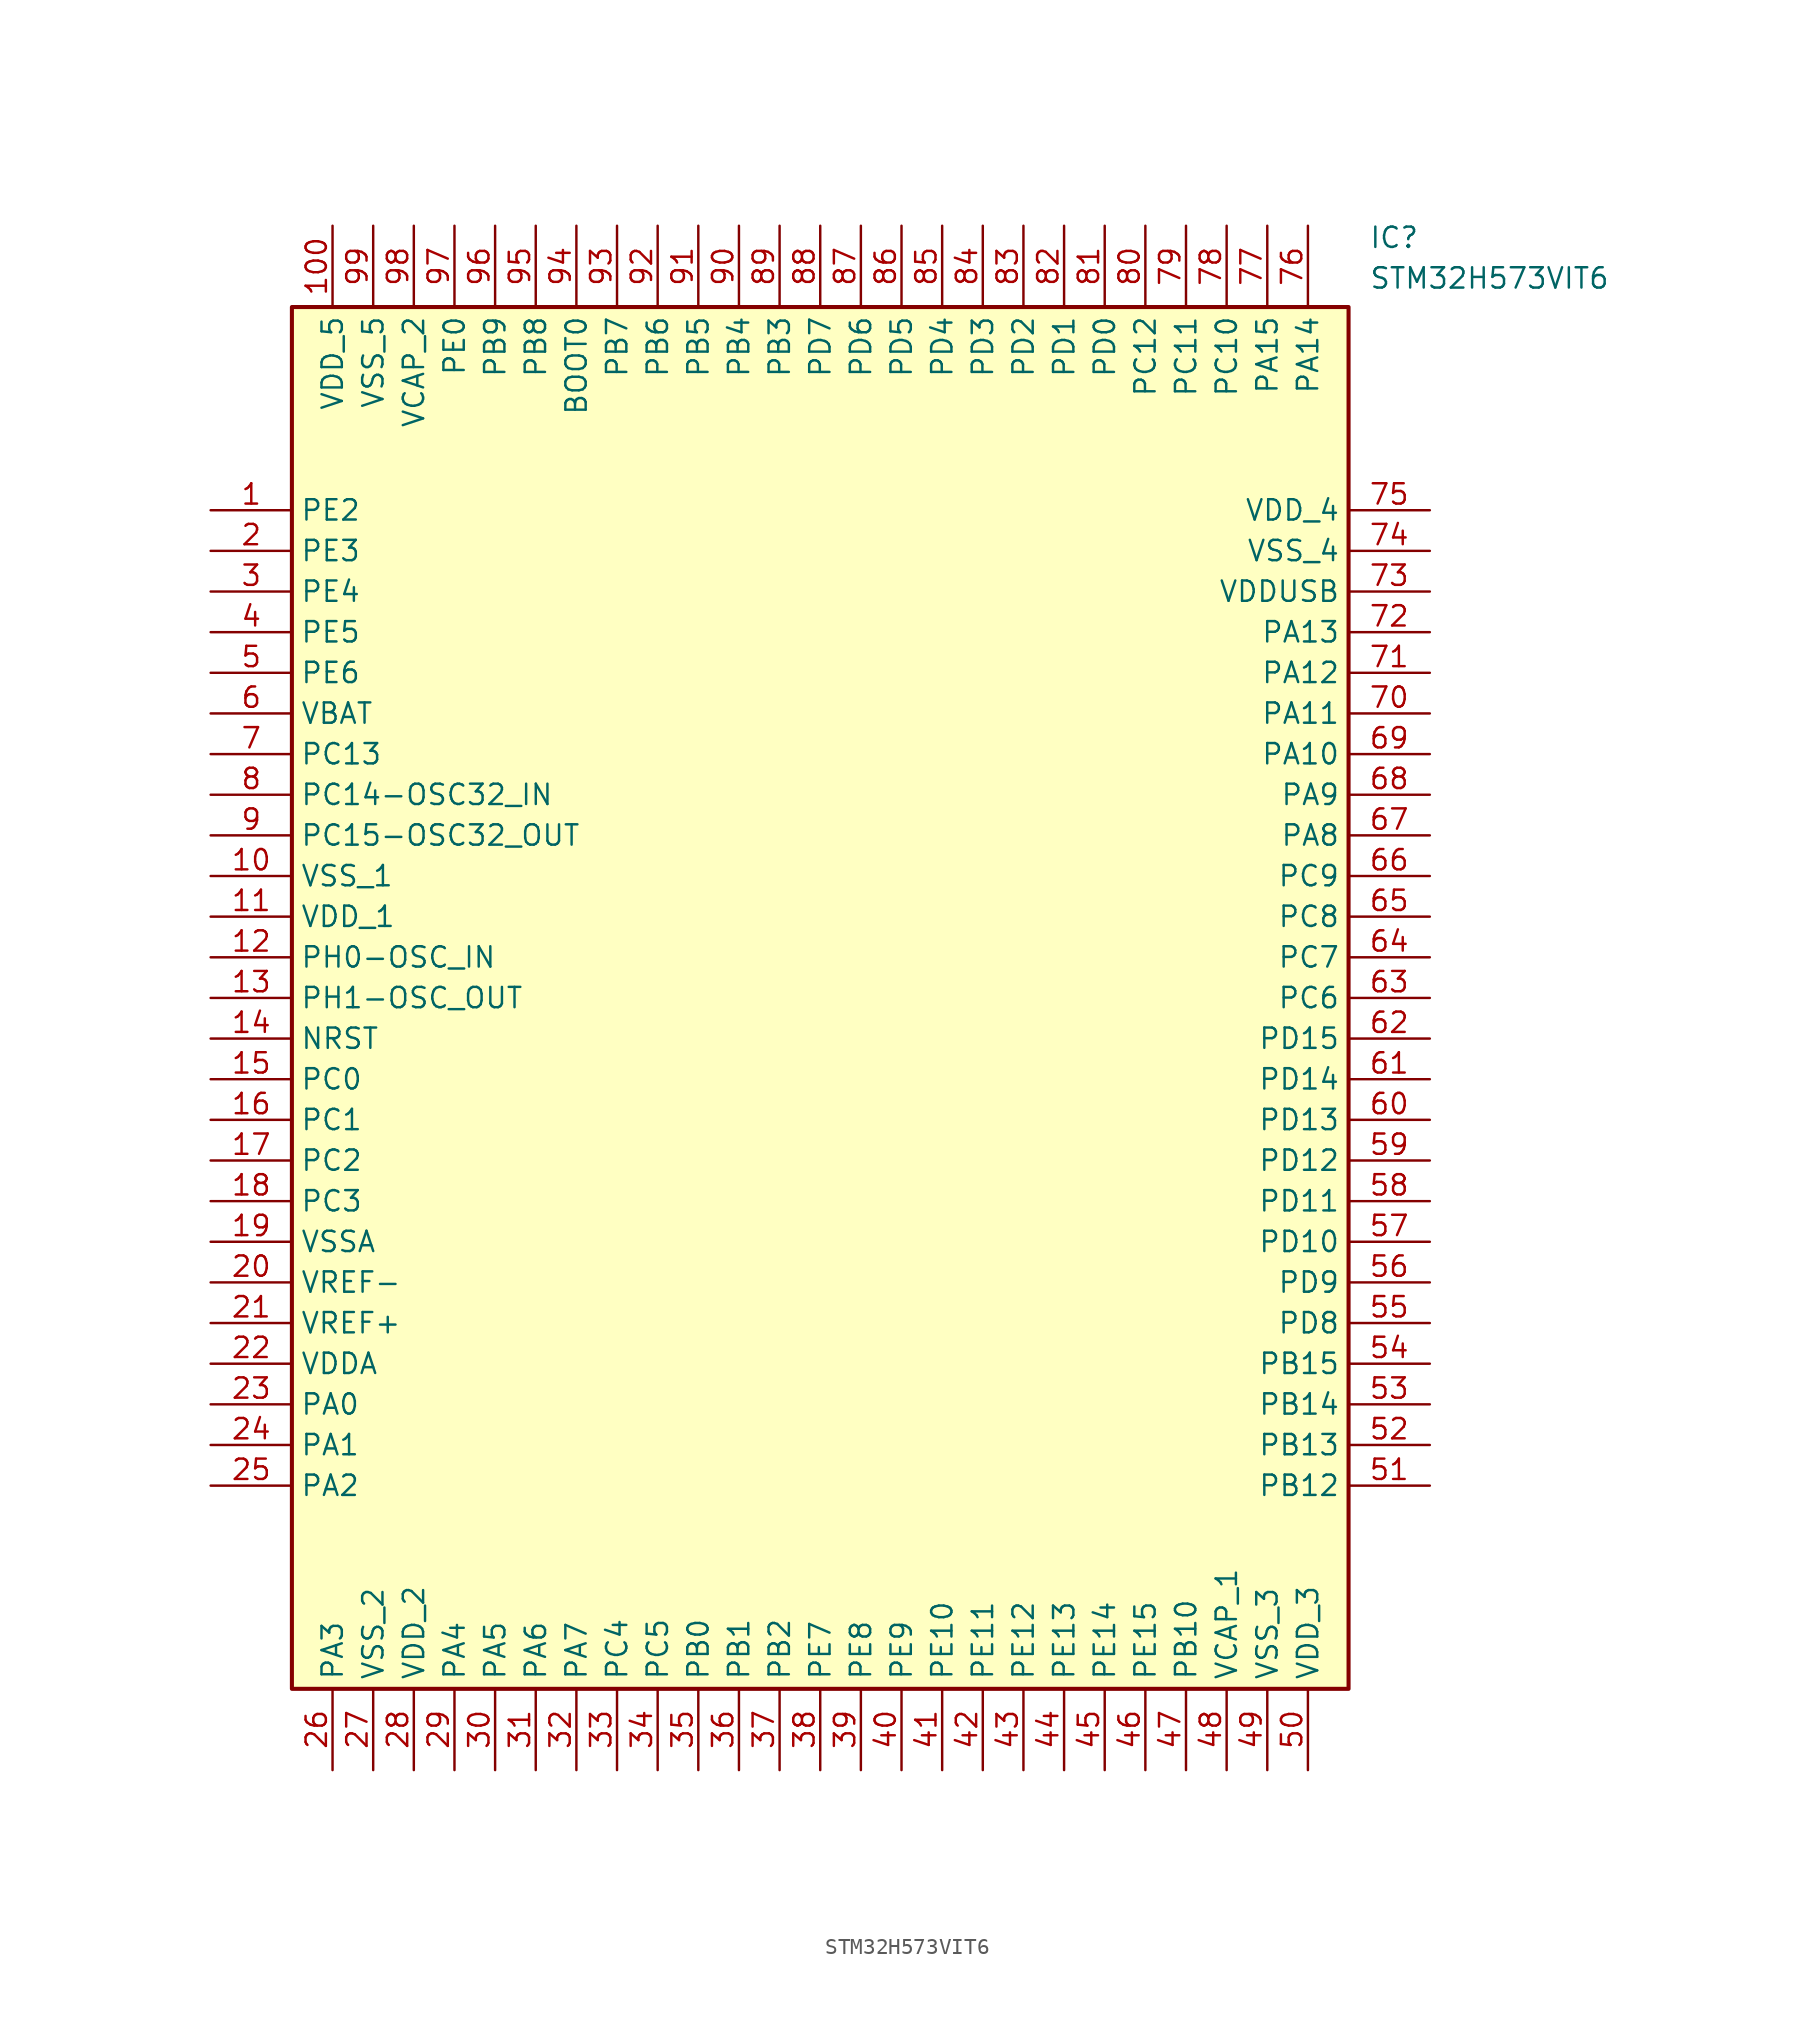
<source format=kicad_sym>
(kicad_symbol_lib
  (version 20211014)
  (generator SamacSys_ECAD_Model)
  (symbol "STM32H573VIT6"
    (property "Reference" "IC"
      (at 72.39 17.78 0)
      (effects (font (size 1.27 1.27)) (justify left top)))
    (property "Value" "STM32H573VIT6"
      (at 72.39 15.24 0)
      (effects (font (size 1.27 1.27)) (justify left top)))
    (rectangle
      (start 5.08 12.7)
      (end 71.12 -73.66)
      (stroke (width 0.254) (type default))
      (fill (type background)))
    (pin passive line
      (at 0 0 0)
      (length 5.08)
      (name "PE2" (effects (font (size 1.27 1.27))))
      (number "1" (effects (font (size 1.27 1.27)))))
    (pin passive line
      (at 0 -2.54 0)
      (length 5.08)
      (name "PE3" (effects (font (size 1.27 1.27))))
      (number "2" (effects (font (size 1.27 1.27)))))
    (pin passive line
      (at 0 -5.08 0)
      (length 5.08)
      (name "PE4" (effects (font (size 1.27 1.27))))
      (number "3" (effects (font (size 1.27 1.27)))))
    (pin passive line
      (at 0 -7.62 0)
      (length 5.08)
      (name "PE5" (effects (font (size 1.27 1.27))))
      (number "4" (effects (font (size 1.27 1.27)))))
    (pin passive line
      (at 0 -10.16 0)
      (length 5.08)
      (name "PE6" (effects (font (size 1.27 1.27))))
      (number "5" (effects (font (size 1.27 1.27)))))
    (pin passive line
      (at 0 -12.7 0)
      (length 5.08)
      (name "VBAT" (effects (font (size 1.27 1.27))))
      (number "6" (effects (font (size 1.27 1.27)))))
    (pin passive line
      (at 0 -15.24 0)
      (length 5.08)
      (name "PC13" (effects (font (size 1.27 1.27))))
      (number "7" (effects (font (size 1.27 1.27)))))
    (pin passive line
      (at 0 -17.78 0)
      (length 5.08)
      (name "PC14-OSC32_IN" (effects (font (size 1.27 1.27))))
      (number "8" (effects (font (size 1.27 1.27)))))
    (pin passive line
      (at 0 -20.32 0)
      (length 5.08)
      (name "PC15-OSC32_OUT" (effects (font (size 1.27 1.27))))
      (number "9" (effects (font (size 1.27 1.27)))))
    (pin passive line
      (at 0 -22.86 0)
      (length 5.08)
      (name "VSS_1" (effects (font (size 1.27 1.27))))
      (number "10" (effects (font (size 1.27 1.27)))))
    (pin passive line
      (at 0 -25.4 0)
      (length 5.08)
      (name "VDD_1" (effects (font (size 1.27 1.27))))
      (number "11" (effects (font (size 1.27 1.27)))))
    (pin passive line
      (at 0 -27.94 0)
      (length 5.08)
      (name "PH0-OSC_IN" (effects (font (size 1.27 1.27))))
      (number "12" (effects (font (size 1.27 1.27)))))
    (pin passive line
      (at 0 -30.48 0)
      (length 5.08)
      (name "PH1-OSC_OUT" (effects (font (size 1.27 1.27))))
      (number "13" (effects (font (size 1.27 1.27)))))
    (pin passive line
      (at 0 -33.02 0)
      (length 5.08)
      (name "NRST" (effects (font (size 1.27 1.27))))
      (number "14" (effects (font (size 1.27 1.27)))))
    (pin passive line
      (at 0 -35.56 0)
      (length 5.08)
      (name "PC0" (effects (font (size 1.27 1.27))))
      (number "15" (effects (font (size 1.27 1.27)))))
    (pin passive line
      (at 0 -38.1 0)
      (length 5.08)
      (name "PC1" (effects (font (size 1.27 1.27))))
      (number "16" (effects (font (size 1.27 1.27)))))
    (pin passive line
      (at 0 -40.64 0)
      (length 5.08)
      (name "PC2" (effects (font (size 1.27 1.27))))
      (number "17" (effects (font (size 1.27 1.27)))))
    (pin passive line
      (at 0 -43.18 0)
      (length 5.08)
      (name "PC3" (effects (font (size 1.27 1.27))))
      (number "18" (effects (font (size 1.27 1.27)))))
    (pin passive line
      (at 0 -45.72 0)
      (length 5.08)
      (name "VSSA" (effects (font (size 1.27 1.27))))
      (number "19" (effects (font (size 1.27 1.27)))))
    (pin passive line
      (at 0 -48.26 0)
      (length 5.08)
      (name "VREF-" (effects (font (size 1.27 1.27))))
      (number "20" (effects (font (size 1.27 1.27)))))
    (pin passive line
      (at 0 -50.8 0)
      (length 5.08)
      (name "VREF+" (effects (font (size 1.27 1.27))))
      (number "21" (effects (font (size 1.27 1.27)))))
    (pin passive line
      (at 0 -53.34 0)
      (length 5.08)
      (name "VDDA" (effects (font (size 1.27 1.27))))
      (number "22" (effects (font (size 1.27 1.27)))))
    (pin passive line
      (at 0 -55.88 0)
      (length 5.08)
      (name "PA0" (effects (font (size 1.27 1.27))))
      (number "23" (effects (font (size 1.27 1.27)))))
    (pin passive line
      (at 0 -58.42 0)
      (length 5.08)
      (name "PA1" (effects (font (size 1.27 1.27))))
      (number "24" (effects (font (size 1.27 1.27)))))
    (pin passive line
      (at 0 -60.96 0)
      (length 5.08)
      (name "PA2" (effects (font (size 1.27 1.27))))
      (number "25" (effects (font (size 1.27 1.27)))))
    (pin passive line
      (at 7.62 -78.74 90)
      (length 5.08)
      (name "PA3" (effects (font (size 1.27 1.27))))
      (number "26" (effects (font (size 1.27 1.27)))))
    (pin passive line
      (at 10.16 -78.74 90)
      (length 5.08)
      (name "VSS_2" (effects (font (size 1.27 1.27))))
      (number "27" (effects (font (size 1.27 1.27)))))
    (pin passive line
      (at 12.7 -78.74 90)
      (length 5.08)
      (name "VDD_2" (effects (font (size 1.27 1.27))))
      (number "28" (effects (font (size 1.27 1.27)))))
    (pin passive line
      (at 15.24 -78.74 90)
      (length 5.08)
      (name "PA4" (effects (font (size 1.27 1.27))))
      (number "29" (effects (font (size 1.27 1.27)))))
    (pin passive line
      (at 17.78 -78.74 90)
      (length 5.08)
      (name "PA5" (effects (font (size 1.27 1.27))))
      (number "30" (effects (font (size 1.27 1.27)))))
    (pin passive line
      (at 20.32 -78.74 90)
      (length 5.08)
      (name "PA6" (effects (font (size 1.27 1.27))))
      (number "31" (effects (font (size 1.27 1.27)))))
    (pin passive line
      (at 22.86 -78.74 90)
      (length 5.08)
      (name "PA7" (effects (font (size 1.27 1.27))))
      (number "32" (effects (font (size 1.27 1.27)))))
    (pin passive line
      (at 25.4 -78.74 90)
      (length 5.08)
      (name "PC4" (effects (font (size 1.27 1.27))))
      (number "33" (effects (font (size 1.27 1.27)))))
    (pin passive line
      (at 27.94 -78.74 90)
      (length 5.08)
      (name "PC5" (effects (font (size 1.27 1.27))))
      (number "34" (effects (font (size 1.27 1.27)))))
    (pin passive line
      (at 30.48 -78.74 90)
      (length 5.08)
      (name "PB0" (effects (font (size 1.27 1.27))))
      (number "35" (effects (font (size 1.27 1.27)))))
    (pin passive line
      (at 33.02 -78.74 90)
      (length 5.08)
      (name "PB1" (effects (font (size 1.27 1.27))))
      (number "36" (effects (font (size 1.27 1.27)))))
    (pin passive line
      (at 35.56 -78.74 90)
      (length 5.08)
      (name "PB2" (effects (font (size 1.27 1.27))))
      (number "37" (effects (font (size 1.27 1.27)))))
    (pin passive line
      (at 38.1 -78.74 90)
      (length 5.08)
      (name "PE7" (effects (font (size 1.27 1.27))))
      (number "38" (effects (font (size 1.27 1.27)))))
    (pin passive line
      (at 40.64 -78.74 90)
      (length 5.08)
      (name "PE8" (effects (font (size 1.27 1.27))))
      (number "39" (effects (font (size 1.27 1.27)))))
    (pin passive line
      (at 43.18 -78.74 90)
      (length 5.08)
      (name "PE9" (effects (font (size 1.27 1.27))))
      (number "40" (effects (font (size 1.27 1.27)))))
    (pin passive line
      (at 45.72 -78.74 90)
      (length 5.08)
      (name "PE10" (effects (font (size 1.27 1.27))))
      (number "41" (effects (font (size 1.27 1.27)))))
    (pin passive line
      (at 48.26 -78.74 90)
      (length 5.08)
      (name "PE11" (effects (font (size 1.27 1.27))))
      (number "42" (effects (font (size 1.27 1.27)))))
    (pin passive line
      (at 50.8 -78.74 90)
      (length 5.08)
      (name "PE12" (effects (font (size 1.27 1.27))))
      (number "43" (effects (font (size 1.27 1.27)))))
    (pin passive line
      (at 53.34 -78.74 90)
      (length 5.08)
      (name "PE13" (effects (font (size 1.27 1.27))))
      (number "44" (effects (font (size 1.27 1.27)))))
    (pin passive line
      (at 55.88 -78.74 90)
      (length 5.08)
      (name "PE14" (effects (font (size 1.27 1.27))))
      (number "45" (effects (font (size 1.27 1.27)))))
    (pin passive line
      (at 58.42 -78.74 90)
      (length 5.08)
      (name "PE15" (effects (font (size 1.27 1.27))))
      (number "46" (effects (font (size 1.27 1.27)))))
    (pin passive line
      (at 60.96 -78.74 90)
      (length 5.08)
      (name "PB10" (effects (font (size 1.27 1.27))))
      (number "47" (effects (font (size 1.27 1.27)))))
    (pin passive line
      (at 63.5 -78.74 90)
      (length 5.08)
      (name "VCAP_1" (effects (font (size 1.27 1.27))))
      (number "48" (effects (font (size 1.27 1.27)))))
    (pin passive line
      (at 66.04 -78.74 90)
      (length 5.08)
      (name "VSS_3" (effects (font (size 1.27 1.27))))
      (number "49" (effects (font (size 1.27 1.27)))))
    (pin passive line
      (at 68.58 -78.74 90)
      (length 5.08)
      (name "VDD_3" (effects (font (size 1.27 1.27))))
      (number "50" (effects (font (size 1.27 1.27)))))
    (pin passive line
      (at 76.2 0 180)
      (length 5.08)
      (name "VDD_4" (effects (font (size 1.27 1.27))))
      (number "75" (effects (font (size 1.27 1.27)))))
    (pin passive line
      (at 76.2 -2.54 180)
      (length 5.08)
      (name "VSS_4" (effects (font (size 1.27 1.27))))
      (number "74" (effects (font (size 1.27 1.27)))))
    (pin passive line
      (at 76.2 -5.08 180)
      (length 5.08)
      (name "VDDUSB" (effects (font (size 1.27 1.27))))
      (number "73" (effects (font (size 1.27 1.27)))))
    (pin passive line
      (at 76.2 -7.62 180)
      (length 5.08)
      (name "PA13" (effects (font (size 1.27 1.27))))
      (number "72" (effects (font (size 1.27 1.27)))))
    (pin passive line
      (at 76.2 -10.16 180)
      (length 5.08)
      (name "PA12" (effects (font (size 1.27 1.27))))
      (number "71" (effects (font (size 1.27 1.27)))))
    (pin passive line
      (at 76.2 -12.7 180)
      (length 5.08)
      (name "PA11" (effects (font (size 1.27 1.27))))
      (number "70" (effects (font (size 1.27 1.27)))))
    (pin passive line
      (at 76.2 -15.24 180)
      (length 5.08)
      (name "PA10" (effects (font (size 1.27 1.27))))
      (number "69" (effects (font (size 1.27 1.27)))))
    (pin passive line
      (at 76.2 -17.78 180)
      (length 5.08)
      (name "PA9" (effects (font (size 1.27 1.27))))
      (number "68" (effects (font (size 1.27 1.27)))))
    (pin passive line
      (at 76.2 -20.32 180)
      (length 5.08)
      (name "PA8" (effects (font (size 1.27 1.27))))
      (number "67" (effects (font (size 1.27 1.27)))))
    (pin passive line
      (at 76.2 -22.86 180)
      (length 5.08)
      (name "PC9" (effects (font (size 1.27 1.27))))
      (number "66" (effects (font (size 1.27 1.27)))))
    (pin passive line
      (at 76.2 -25.4 180)
      (length 5.08)
      (name "PC8" (effects (font (size 1.27 1.27))))
      (number "65" (effects (font (size 1.27 1.27)))))
    (pin passive line
      (at 76.2 -27.94 180)
      (length 5.08)
      (name "PC7" (effects (font (size 1.27 1.27))))
      (number "64" (effects (font (size 1.27 1.27)))))
    (pin passive line
      (at 76.2 -30.48 180)
      (length 5.08)
      (name "PC6" (effects (font (size 1.27 1.27))))
      (number "63" (effects (font (size 1.27 1.27)))))
    (pin passive line
      (at 76.2 -33.02 180)
      (length 5.08)
      (name "PD15" (effects (font (size 1.27 1.27))))
      (number "62" (effects (font (size 1.27 1.27)))))
    (pin passive line
      (at 76.2 -35.56 180)
      (length 5.08)
      (name "PD14" (effects (font (size 1.27 1.27))))
      (number "61" (effects (font (size 1.27 1.27)))))
    (pin passive line
      (at 76.2 -38.1 180)
      (length 5.08)
      (name "PD13" (effects (font (size 1.27 1.27))))
      (number "60" (effects (font (size 1.27 1.27)))))
    (pin passive line
      (at 76.2 -40.64 180)
      (length 5.08)
      (name "PD12" (effects (font (size 1.27 1.27))))
      (number "59" (effects (font (size 1.27 1.27)))))
    (pin passive line
      (at 76.2 -43.18 180)
      (length 5.08)
      (name "PD11" (effects (font (size 1.27 1.27))))
      (number "58" (effects (font (size 1.27 1.27)))))
    (pin passive line
      (at 76.2 -45.72 180)
      (length 5.08)
      (name "PD10" (effects (font (size 1.27 1.27))))
      (number "57" (effects (font (size 1.27 1.27)))))
    (pin passive line
      (at 76.2 -48.26 180)
      (length 5.08)
      (name "PD9" (effects (font (size 1.27 1.27))))
      (number "56" (effects (font (size 1.27 1.27)))))
    (pin passive line
      (at 76.2 -50.8 180)
      (length 5.08)
      (name "PD8" (effects (font (size 1.27 1.27))))
      (number "55" (effects (font (size 1.27 1.27)))))
    (pin passive line
      (at 76.2 -53.34 180)
      (length 5.08)
      (name "PB15" (effects (font (size 1.27 1.27))))
      (number "54" (effects (font (size 1.27 1.27)))))
    (pin passive line
      (at 76.2 -55.88 180)
      (length 5.08)
      (name "PB14" (effects (font (size 1.27 1.27))))
      (number "53" (effects (font (size 1.27 1.27)))))
    (pin passive line
      (at 76.2 -58.42 180)
      (length 5.08)
      (name "PB13" (effects (font (size 1.27 1.27))))
      (number "52" (effects (font (size 1.27 1.27)))))
    (pin passive line
      (at 76.2 -60.96 180)
      (length 5.08)
      (name "PB12" (effects (font (size 1.27 1.27))))
      (number "51" (effects (font (size 1.27 1.27)))))
    (pin passive line
      (at 7.62 17.78 270)
      (length 5.08)
      (name "VDD_5" (effects (font (size 1.27 1.27))))
      (number "100" (effects (font (size 1.27 1.27)))))
    (pin passive line
      (at 10.16 17.78 270)
      (length 5.08)
      (name "VSS_5" (effects (font (size 1.27 1.27))))
      (number "99" (effects (font (size 1.27 1.27)))))
    (pin passive line
      (at 12.7 17.78 270)
      (length 5.08)
      (name "VCAP_2" (effects (font (size 1.27 1.27))))
      (number "98" (effects (font (size 1.27 1.27)))))
    (pin passive line
      (at 15.24 17.78 270)
      (length 5.08)
      (name "PE0" (effects (font (size 1.27 1.27))))
      (number "97" (effects (font (size 1.27 1.27)))))
    (pin passive line
      (at 17.78 17.78 270)
      (length 5.08)
      (name "PB9" (effects (font (size 1.27 1.27))))
      (number "96" (effects (font (size 1.27 1.27)))))
    (pin passive line
      (at 20.32 17.78 270)
      (length 5.08)
      (name "PB8" (effects (font (size 1.27 1.27))))
      (number "95" (effects (font (size 1.27 1.27)))))
    (pin passive line
      (at 22.86 17.78 270)
      (length 5.08)
      (name "BOOT0" (effects (font (size 1.27 1.27))))
      (number "94" (effects (font (size 1.27 1.27)))))
    (pin passive line
      (at 25.4 17.78 270)
      (length 5.08)
      (name "PB7" (effects (font (size 1.27 1.27))))
      (number "93" (effects (font (size 1.27 1.27)))))
    (pin passive line
      (at 27.94 17.78 270)
      (length 5.08)
      (name "PB6" (effects (font (size 1.27 1.27))))
      (number "92" (effects (font (size 1.27 1.27)))))
    (pin passive line
      (at 30.48 17.78 270)
      (length 5.08)
      (name "PB5" (effects (font (size 1.27 1.27))))
      (number "91" (effects (font (size 1.27 1.27)))))
    (pin passive line
      (at 33.02 17.78 270)
      (length 5.08)
      (name "PB4" (effects (font (size 1.27 1.27))))
      (number "90" (effects (font (size 1.27 1.27)))))
    (pin passive line
      (at 35.56 17.78 270)
      (length 5.08)
      (name "PB3" (effects (font (size 1.27 1.27))))
      (number "89" (effects (font (size 1.27 1.27)))))
    (pin passive line
      (at 38.1 17.78 270)
      (length 5.08)
      (name "PD7" (effects (font (size 1.27 1.27))))
      (number "88" (effects (font (size 1.27 1.27)))))
    (pin passive line
      (at 40.64 17.78 270)
      (length 5.08)
      (name "PD6" (effects (font (size 1.27 1.27))))
      (number "87" (effects (font (size 1.27 1.27)))))
    (pin passive line
      (at 43.18 17.78 270)
      (length 5.08)
      (name "PD5" (effects (font (size 1.27 1.27))))
      (number "86" (effects (font (size 1.27 1.27)))))
    (pin passive line
      (at 45.72 17.78 270)
      (length 5.08)
      (name "PD4" (effects (font (size 1.27 1.27))))
      (number "85" (effects (font (size 1.27 1.27)))))
    (pin passive line
      (at 48.26 17.78 270)
      (length 5.08)
      (name "PD3" (effects (font (size 1.27 1.27))))
      (number "84" (effects (font (size 1.27 1.27)))))
    (pin passive line
      (at 50.8 17.78 270)
      (length 5.08)
      (name "PD2" (effects (font (size 1.27 1.27))))
      (number "83" (effects (font (size 1.27 1.27)))))
    (pin passive line
      (at 53.34 17.78 270)
      (length 5.08)
      (name "PD1" (effects (font (size 1.27 1.27))))
      (number "82" (effects (font (size 1.27 1.27)))))
    (pin passive line
      (at 55.88 17.78 270)
      (length 5.08)
      (name "PD0" (effects (font (size 1.27 1.27))))
      (number "81" (effects (font (size 1.27 1.27)))))
    (pin passive line
      (at 58.42 17.78 270)
      (length 5.08)
      (name "PC12" (effects (font (size 1.27 1.27))))
      (number "80" (effects (font (size 1.27 1.27)))))
    (pin passive line
      (at 60.96 17.78 270)
      (length 5.08)
      (name "PC11" (effects (font (size 1.27 1.27))))
      (number "79" (effects (font (size 1.27 1.27)))))
    (pin passive line
      (at 63.5 17.78 270)
      (length 5.08)
      (name "PC10" (effects (font (size 1.27 1.27))))
      (number "78" (effects (font (size 1.27 1.27)))))
    (pin passive line
      (at 66.04 17.78 270)
      (length 5.08)
      (name "PA15" (effects (font (size 1.27 1.27))))
      (number "77" (effects (font (size 1.27 1.27)))))
    (pin passive line
      (at 68.58 17.78 270)
      (length 5.08)
      (name "PA14" (effects (font (size 1.27 1.27))))
      (number "76" (effects (font (size 1.27 1.27)))))))
</source>
